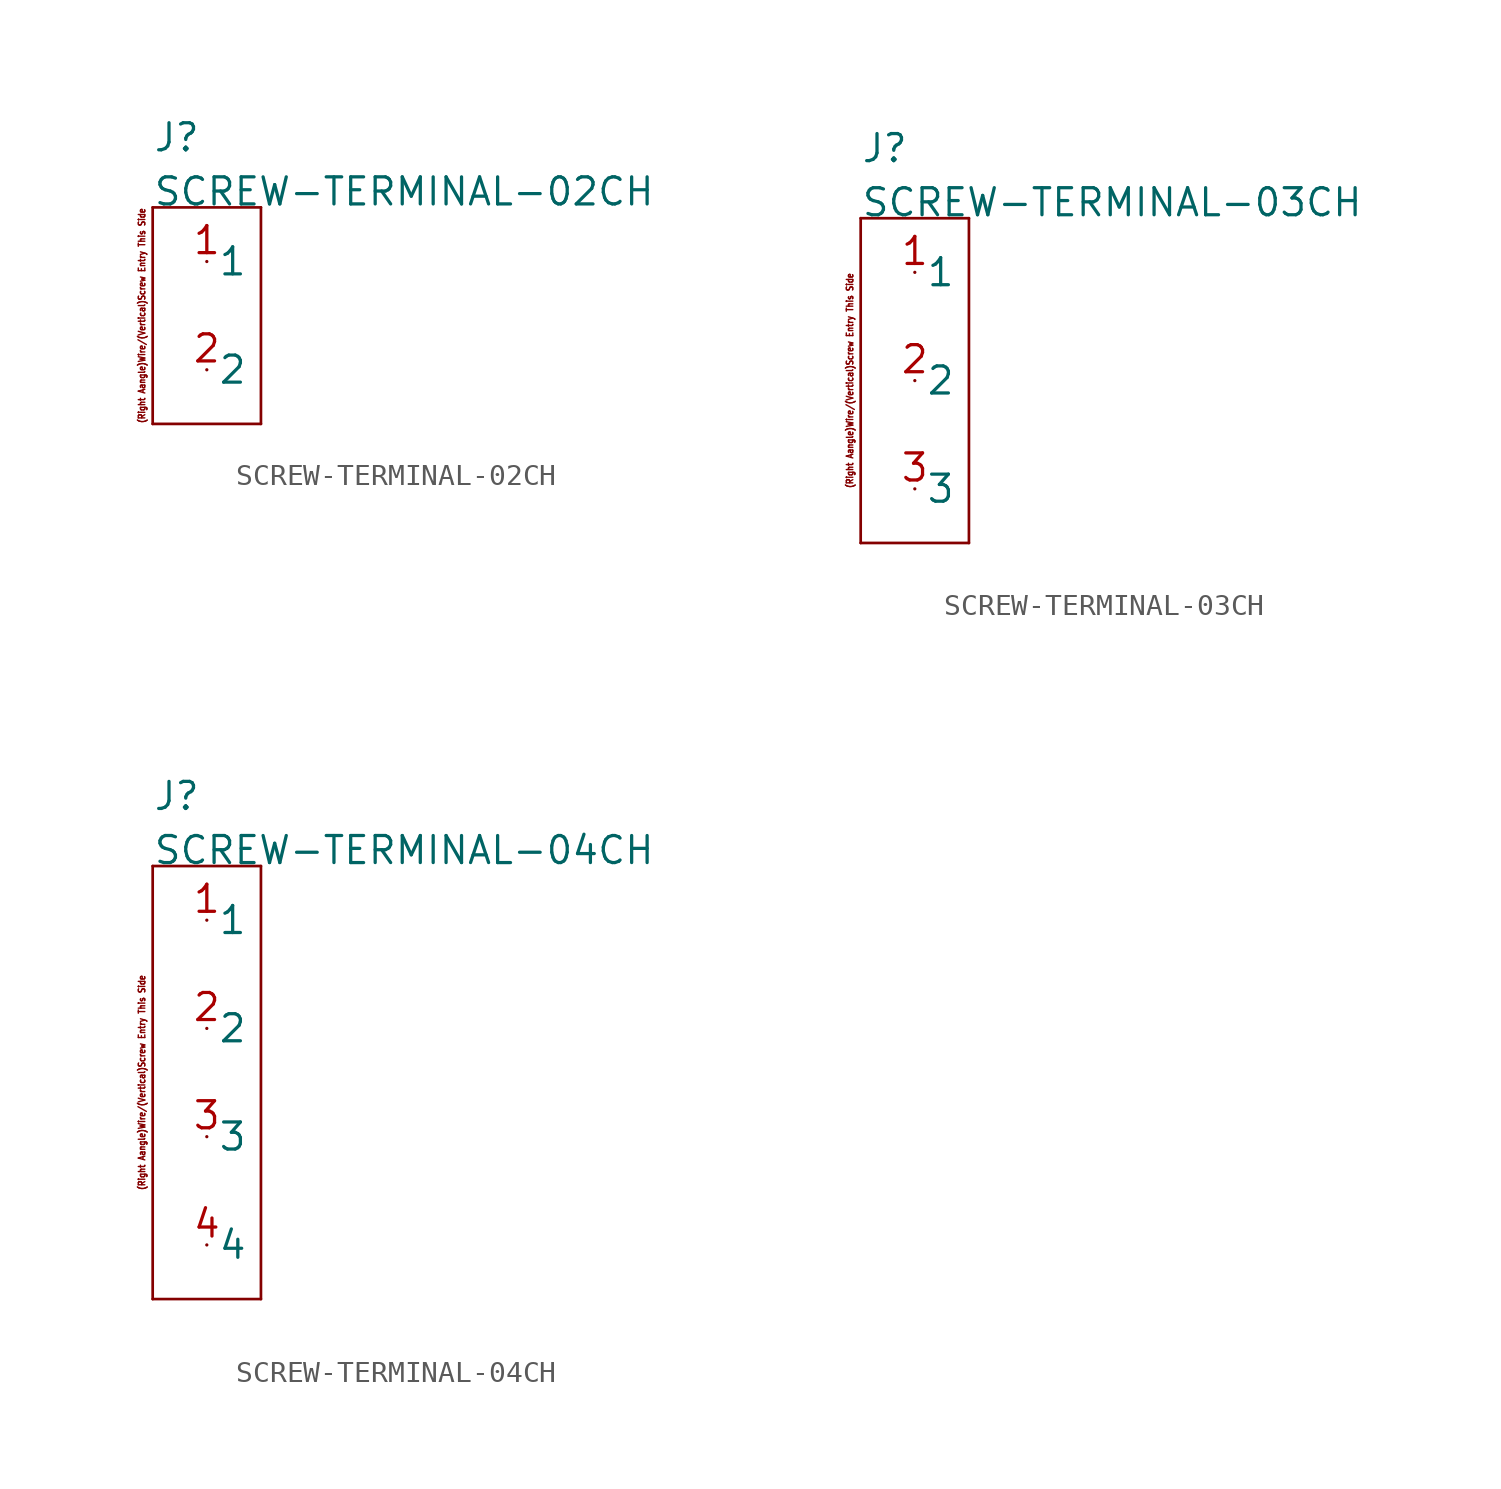
<source format=kicad_sym>
(kicad_symbol_lib
  (version 20211014)
  (generator kicad_symbol_editor)
  (symbol "SCREW-TERMINAL-02CH"
    (pin_names)
    (property "Reference" "J"
      (at -2.54 7.62 0)
      (effects (font (size 1.27 1.27)) (justify left bottom)))
    (property "Value" "SCREW-TERMINAL-02CH"
      (at -2.54 5.08 0)
      (effects (font (size 1.27 1.27)) (justify left bottom)))
    (property "Datasheet" ""
      (at 0 0 0))
    (property "ki_description" " Screw Terminal 1x2  - 2 Position Screw Terminal "
      (at 0 0 0))
    (property "ki_fp_filters" "FlashPCB_Connectors:PHX-1935161-THT-RA-5MM-2CH FlashPCB_Connectors:TE-282834-2-THT-RA-2_54MM-2CH"
      (at 0 0 0))
    (symbol "SCREW-TERMINAL-02CH_1_1"
      (text "(Right Aangle)Wire/(Vertical)Screw Entry This Side" (at -3.048 0 900) (effects (font (size 0.305 0.261))))
      (polyline (pts (xy -2.54 5.08) (xy 2.54 5.08)) (stroke (width 0.127)) (fill (type none)))
      (polyline (pts (xy 2.54 5.08) (xy 2.54 -5.08)) (stroke (width 0.127)) (fill (type none)))
      (polyline (pts (xy 2.54 -5.08) (xy -2.54 -5.08)) (stroke (width 0.127)) (fill (type none)))
      (polyline (pts (xy -2.54 -5.08) (xy -2.54 5.08)) (stroke (width 0.127)) (fill (type none)))
      (pin bidirectional line (at 0 2.54 0) (length 0) (name "1" (effects (font (size 1.27 1.27)))) (number "1" (effects (font (size 1.27 1.27)))))
      (pin bidirectional line (at 0 -2.54 0) (length 0) (name "2" (effects (font (size 1.27 1.27)))) (number "2" (effects (font (size 1.27 1.27)))))))
  (symbol "SCREW-TERMINAL-03CH"
    (pin_names)
    (property "Reference" "J"
      (at -2.54 10.16 0)
      (effects (font (size 1.27 1.27)) (justify left bottom)))
    (property "Value" "SCREW-TERMINAL-03CH"
      (at -2.54 7.62 0)
      (effects (font (size 1.27 1.27)) (justify left bottom)))
    (property "Datasheet" ""
      (at 0 0 0))
    (property "ki_description" " Screw Terminal 1x3  - 3 Position Screw Terminal "
      (at 0 0 0))
    (property "ki_fp_filters" "FlashPCB_Connectors:PHX-1935174-THT-RA-5MM-3CH FlashPCB_Connectors:TE-282834-3-THT-RA-2_54MM-3CH"
      (at 0 0 0))
    (symbol "SCREW-TERMINAL-03CH_1_1"
      (text "(Right Aangle)Wire/(Vertical)Screw Entry This Side" (at -3.048 0 900) (effects (font (size 0.305 0.261))))
      (polyline (pts (xy -2.54 7.62) (xy 2.54 7.62)) (stroke (width 0.127)) (fill (type none)))
      (polyline (pts (xy 2.54 7.62) (xy 2.54 -7.62)) (stroke (width 0.127)) (fill (type none)))
      (polyline (pts (xy 2.54 -7.62) (xy -2.54 -7.62)) (stroke (width 0.127)) (fill (type none)))
      (polyline (pts (xy -2.54 -7.62) (xy -2.54 7.62)) (stroke (width 0.127)) (fill (type none)))
      (pin bidirectional line (at 0 5.08 0) (length 0) (name "1" (effects (font (size 1.27 1.27)))) (number "1" (effects (font (size 1.27 1.27)))))
      (pin bidirectional line (at 0 0 0) (length 0) (name "2" (effects (font (size 1.27 1.27)))) (number "2" (effects (font (size 1.27 1.27)))))
      (pin bidirectional line (at 0 -5.08 0) (length 0) (name "3" (effects (font (size 1.27 1.27)))) (number "3" (effects (font (size 1.27 1.27)))))))
  (symbol "SCREW-TERMINAL-04CH"
    (pin_names)
    (property "Reference" "J"
      (at -2.54 12.7 0)
      (effects (font (size 1.27 1.27)) (justify left bottom)))
    (property "Value" "SCREW-TERMINAL-04CH"
      (at -2.54 10.16 0)
      (effects (font (size 1.27 1.27)) (justify left bottom)))
    (property "Datasheet" ""
      (at 0 0 0))
    (property "ki_description" " Screw Terminal 1x4  - 4 Position Screw Terminal "
      (at 0 0 0))
    (property "ki_fp_filters" "FlashPCB_Connectors:PHX-1935187-THT-RA-5MM-4CH FlashPCB_Connectors:TE-282834-4-THT-RA-2_54MM-4CH"
      (at 0 0 0))
    (symbol "SCREW-TERMINAL-04CH_1_1"
      (text "(Right Aangle)Wire/(Vertical)Screw Entry This Side" (at -3.048 0 900) (effects (font (size 0.305 0.261))))
      (polyline (pts (xy -2.54 10.16) (xy 2.54 10.16)) (stroke (width 0.127)) (fill (type none)))
      (polyline (pts (xy 2.54 10.16) (xy 2.54 -10.16)) (stroke (width 0.127)) (fill (type none)))
      (polyline (pts (xy 2.54 -10.16) (xy -2.54 -10.16)) (stroke (width 0.127)) (fill (type none)))
      (polyline (pts (xy -2.54 -10.16) (xy -2.54 10.16)) (stroke (width 0.127)) (fill (type none)))
      (pin bidirectional line (at 0 7.62 0) (length 0) (name "1" (effects (font (size 1.27 1.27)))) (number "1" (effects (font (size 1.27 1.27)))))
      (pin bidirectional line (at 0 2.54 0) (length 0) (name "2" (effects (font (size 1.27 1.27)))) (number "2" (effects (font (size 1.27 1.27)))))
      (pin bidirectional line (at 0 -2.54 0) (length 0) (name "3" (effects (font (size 1.27 1.27)))) (number "3" (effects (font (size 1.27 1.27)))))
      (pin bidirectional line (at 0 -7.62 0) (length 0) (name "4" (effects (font (size 1.27 1.27)))) (number "4" (effects (font (size 1.27 1.27))))))))
</source>
